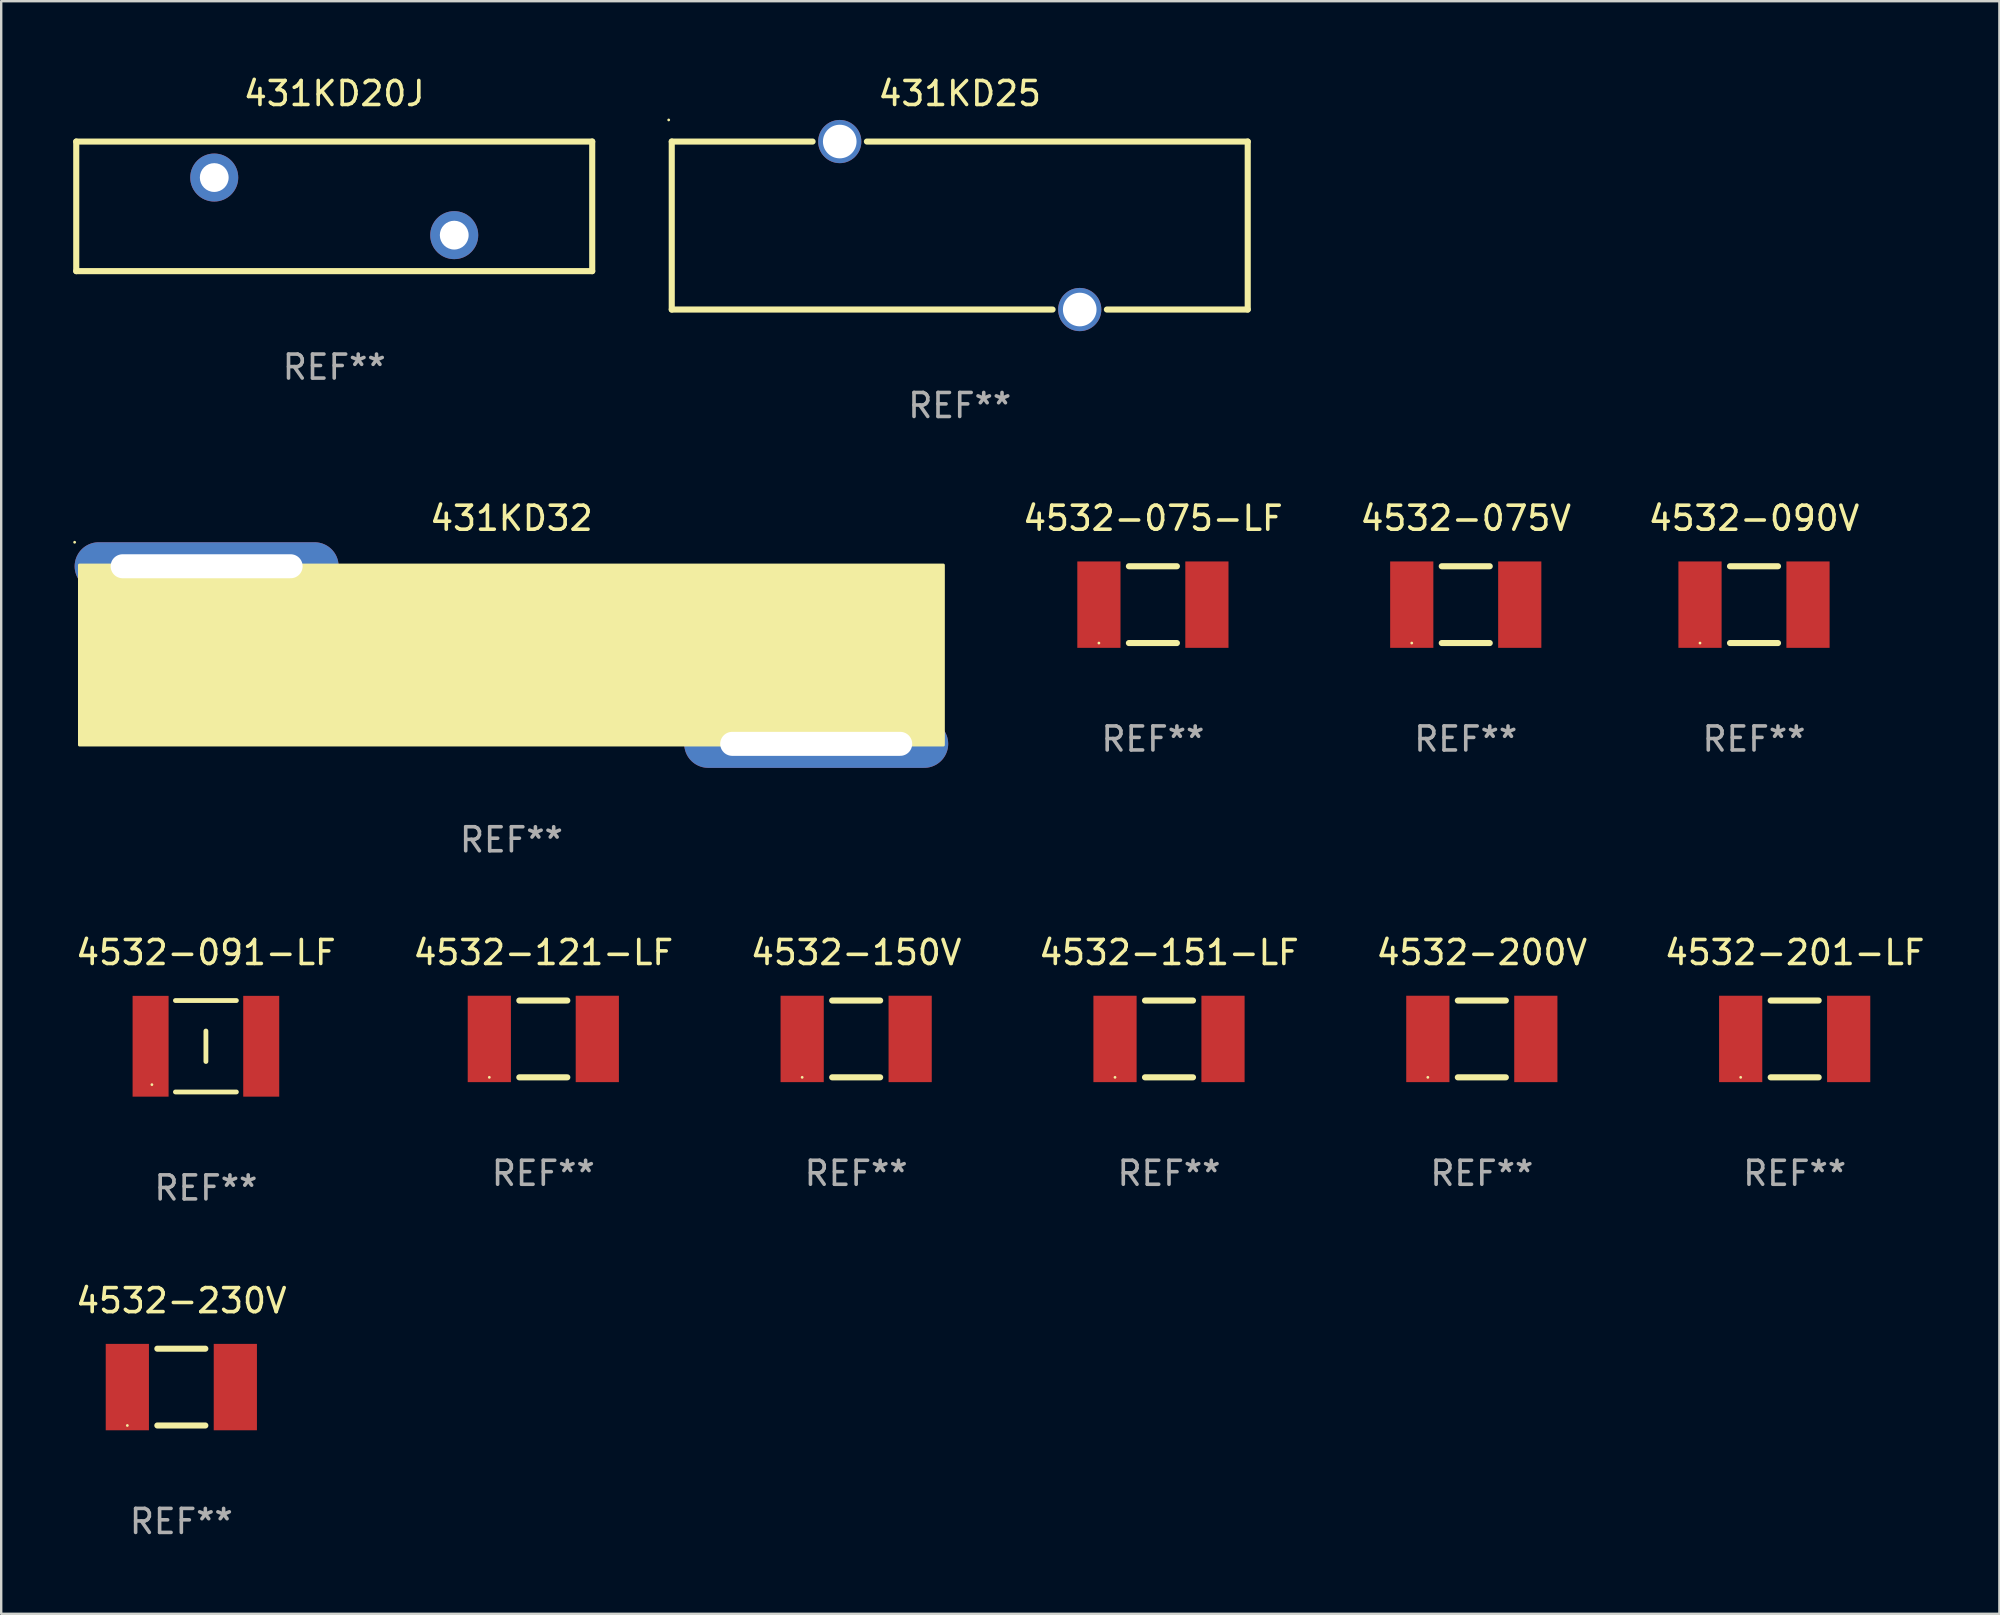
<source format=kicad_pcb>
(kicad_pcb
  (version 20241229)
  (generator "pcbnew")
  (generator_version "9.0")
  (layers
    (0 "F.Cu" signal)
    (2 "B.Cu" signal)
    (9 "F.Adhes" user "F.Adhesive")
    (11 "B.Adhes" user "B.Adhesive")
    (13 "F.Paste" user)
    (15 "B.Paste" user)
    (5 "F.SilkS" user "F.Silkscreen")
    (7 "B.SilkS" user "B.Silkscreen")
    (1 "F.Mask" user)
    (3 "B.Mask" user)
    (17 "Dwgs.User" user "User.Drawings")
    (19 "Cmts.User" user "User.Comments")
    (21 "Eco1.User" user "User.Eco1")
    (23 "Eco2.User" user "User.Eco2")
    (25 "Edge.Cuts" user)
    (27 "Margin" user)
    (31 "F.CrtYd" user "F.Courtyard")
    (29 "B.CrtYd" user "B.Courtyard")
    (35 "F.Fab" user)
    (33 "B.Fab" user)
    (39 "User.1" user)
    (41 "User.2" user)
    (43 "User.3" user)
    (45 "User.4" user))
  (footprint "4532-075-LF"
    (layer "F.Cu")
    (at 44.99 22.145)
    (property "Reference" "4532-075-LF" (at 0 -3.6 0) (layer "F.SilkS") (effects (font (size 1 1) (thickness 0.15))))
    (attr through_hole)
    (fp_line (start -1 -1.6) (end 1 -1.6) (stroke (width 0.254) (type solid)) (layer "F.SilkS"))
    (fp_line (start 1 1.6) (end -1 1.6) (stroke (width 0.254) (type solid)) (layer "F.SilkS"))
    (fp_circle (center -2.25 1.6) (end -2.22 1.6) (stroke (width 0.06) (type solid)) (fill no) (layer "F.SilkS"))
    (fp_text user "REF**" (at 0 5.6 0) (layer "F.Fab") (effects (font (size 1 1) (thickness 0.15))))
    (pad "1" smd rect (at -2.25 0) (size 1.8 3.6) (layers "F.Cu" "F.Mask" "F.Paste"))
    (pad "2" smd rect (at 2.25 0) (size 1.8 3.6) (layers "F.Cu" "F.Mask" "F.Paste")))
  (footprint "4532-075V"
    (layer "F.Cu")
    (at 58.026 22.145)
    (property "Reference" "4532-075V" (at 0 -3.6 0) (layer "F.SilkS") (effects (font (size 1 1) (thickness 0.15))))
    (attr through_hole)
    (fp_line (start -1 -1.6) (end 1 -1.6) (stroke (width 0.254) (type solid)) (layer "F.SilkS"))
    (fp_line (start 1 1.6) (end -1 1.6) (stroke (width 0.254) (type solid)) (layer "F.SilkS"))
    (fp_circle (center -2.25 1.6) (end -2.22 1.6) (stroke (width 0.06) (type solid)) (fill no) (layer "F.SilkS"))
    (fp_text user "REF**" (at 0 5.6 0) (layer "F.Fab") (effects (font (size 1 1) (thickness 0.15))))
    (pad "1" smd rect (at -2.25 0) (size 1.8 3.6) (layers "F.Cu" "F.Mask" "F.Paste"))
    (pad "2" smd rect (at 2.25 0) (size 1.8 3.6) (layers "F.Cu" "F.Mask" "F.Paste")))
  (footprint "4532-150V"
    (layer "F.Cu")
    (at 32.625 40.241)
    (property "Reference" "4532-150V" (at 0 -3.6 0) (layer "F.SilkS") (effects (font (size 1 1) (thickness 0.15))))
    (attr through_hole)
    (fp_line (start -1 -1.6) (end 1 -1.6) (stroke (width 0.254) (type solid)) (layer "F.SilkS"))
    (fp_line (start 1 1.6) (end -1 1.6) (stroke (width 0.254) (type solid)) (layer "F.SilkS"))
    (fp_circle (center -2.25 1.6) (end -2.22 1.6) (stroke (width 0.06) (type solid)) (fill no) (layer "F.SilkS"))
    (fp_text user "REF**" (at 0 5.6 0) (layer "F.Fab") (effects (font (size 1 1) (thickness 0.15))))
    (pad "1" smd rect (at -2.25 0) (size 1.8 3.6) (layers "F.Cu" "F.Mask" "F.Paste"))
    (pad "2" smd rect (at 2.25 0) (size 1.8 3.6) (layers "F.Cu" "F.Mask" "F.Paste")))
  (footprint "4532-121-LF"
    (layer "F.Cu")
    (at 19.589 40.241)
    (property "Reference" "4532-121-LF" (at 0 -3.6 0) (layer "F.SilkS") (effects (font (size 1 1) (thickness 0.15))))
    (attr through_hole)
    (fp_line (start -1 -1.6) (end 1 -1.6) (stroke (width 0.254) (type solid)) (layer "F.SilkS"))
    (fp_line (start 1 1.6) (end -1 1.6) (stroke (width 0.254) (type solid)) (layer "F.SilkS"))
    (fp_circle (center -2.25 1.6) (end -2.22 1.6) (stroke (width 0.06) (type solid)) (fill no) (layer "F.SilkS"))
    (fp_text user "REF**" (at 0 5.6 0) (layer "F.Fab") (effects (font (size 1 1) (thickness 0.15))))
    (pad "1" smd rect (at -2.25 0) (size 1.8 3.6) (layers "F.Cu" "F.Mask" "F.Paste"))
    (pad "2" smd rect (at 2.25 0) (size 1.8 3.6) (layers "F.Cu" "F.Mask" "F.Paste")))
  (footprint "431KD32"
    (layer "F.Cu")
    (at 18.26 24.245)
    (property "Reference" "431KD32" (at 0 -5.7 0) (layer "F.SilkS") (effects (font (size 1 1) (thickness 0.15))))
    (attr through_hole)
    (fp_circle (center -18.2 -4.7) (end -18.17 -4.7) (stroke (width 0.06) (type solid)) (fill no) (layer "F.SilkS"))
    (fp_poly (pts (xy -18 -3.75) (xy 18 -3.75) (xy 18 3.75) (xy -18 3.75)) (stroke (width 0.12) (type solid)) (fill yes) (layer "F.SilkS"))
    (fp_text user "REF**" (at 0 7.7 0) (layer "F.Fab") (effects (font (size 1 1) (thickness 0.15))))
    (pad "1" thru_hole oval (at -12.7 -3.7) (size 11 2) (drill oval 8 1) (layers "*.Cu" "*.Mask"))
    (pad "2" thru_hole oval (at 12.7 3.7) (size 11 2) (drill oval 8 1) (layers "*.Cu" "*.Mask")))
  (footprint "4532-201-LF"
    (layer "F.Cu")
    (at 71.732 40.241)
    (property "Reference" "4532-201-LF" (at 0 -3.6 0) (layer "F.SilkS") (effects (font (size 1 1) (thickness 0.15))))
    (attr through_hole)
    (fp_line (start -1 -1.6) (end 1 -1.6) (stroke (width 0.254) (type solid)) (layer "F.SilkS"))
    (fp_line (start 1 1.6) (end -1 1.6) (stroke (width 0.254) (type solid)) (layer "F.SilkS"))
    (fp_circle (center -2.25 1.6) (end -2.22 1.6) (stroke (width 0.06) (type solid)) (fill no) (layer "F.SilkS"))
    (fp_text user "REF**" (at 0 5.6 0) (layer "F.Fab") (effects (font (size 1 1) (thickness 0.15))))
    (pad "1" smd rect (at -2.25 0) (size 1.8 3.6) (layers "F.Cu" "F.Mask" "F.Paste"))
    (pad "2" smd rect (at 2.25 0) (size 1.8 3.6) (layers "F.Cu" "F.Mask" "F.Paste")))
  (footprint "431KD25"
    (layer "F.Cu")
    (at 36.941 6.348)
    (property "Reference" "431KD25" (at 0 -5.5 0) (layer "F.SilkS") (effects (font (size 1 1) (thickness 0.15))))
    (attr through_hole)
    (fp_line (start -12 -3.5) (end -6.131 -3.5) (stroke (width 0.254) (type solid)) (layer "F.SilkS"))
    (fp_line (start -12 3.5) (end -12 -3.5) (stroke (width 0.254) (type solid)) (layer "F.SilkS"))
    (fp_line (start -3.869 -3.5) (end 12 -3.5) (stroke (width 0.254) (type solid)) (layer "F.SilkS"))
    (fp_line (start 3.869 3.5) (end -12 3.5) (stroke (width 0.254) (type solid)) (layer "F.SilkS"))
    (fp_line (start 12 -3.5) (end 12 3.5) (stroke (width 0.254) (type solid)) (layer "F.SilkS"))
    (fp_line (start 12 3.5) (end 6.131 3.5) (stroke (width 0.254) (type solid)) (layer "F.SilkS"))
    (fp_circle (center -12.127 -4.4) (end -12.097 -4.4) (stroke (width 0.06) (type solid)) (fill no) (layer "F.SilkS"))
    (fp_text user "REF**" (at 0 7.5 0) (layer "F.Fab") (effects (font (size 1 1) (thickness 0.15))))
    (pad "1" thru_hole circle (at -5 -3.5) (size 1.8 1.8) (drill 1.4) (layers "*.Cu" "*.Mask"))
    (pad "2" thru_hole circle (at 5 3.5) (size 1.8 1.8) (drill 1.4) (layers "*.Cu" "*.Mask")))
  (footprint "431KD20J"
    (layer "F.Cu")
    (at 10.877 5.548)
    (property "Reference" "431KD20J" (at 0 -4.7 0) (layer "F.SilkS") (effects (font (size 1 1) (thickness 0.15))))
    (attr through_hole)
    (fp_line (start -10.75 -2.7) (end 10.75 -2.7) (stroke (width 0.254) (type solid)) (layer "F.SilkS"))
    (fp_line (start -10.75 2.7) (end -10.75 -2.7) (stroke (width 0.254) (type solid)) (layer "F.SilkS"))
    (fp_line (start 10.75 -2.7) (end 10.75 2.7) (stroke (width 0.254) (type solid)) (layer "F.SilkS"))
    (fp_line (start 10.75 2.7) (end -10.75 2.7) (stroke (width 0.254) (type solid)) (layer "F.SilkS"))
    (fp_circle (center -10.75 -2.7) (end -10.72 -2.7) (stroke (width 0.06) (type solid)) (fill no) (layer "F.SilkS"))
    (fp_text user "REF**" (at 0 6.7 0) (layer "F.Fab") (effects (font (size 1 1) (thickness 0.15))))
    (pad "1" thru_hole circle (at -5 -1.2) (size 2 2) (drill 1.2) (layers "*.Cu" "*.Mask"))
    (pad "2" thru_hole circle (at 5 1.2) (size 2 2) (drill 1.2) (layers "*.Cu" "*.Mask")))
  (footprint "4532-091-LF"
    (layer "F.Cu")
    (at 5.53 40.546)
    (property "Reference" "4532-091-LF" (at 0 -3.905 0) (layer "F.SilkS") (effects (font (size 1 1) (thickness 0.15))))
    (attr through_hole)
    (fp_line (start -1.27 -1.905) (end 1.27 -1.905) (stroke (width 0.2) (type solid)) (layer "F.SilkS"))
    (fp_line (start -1.27 1.905) (end 1.27 1.905) (stroke (width 0.2) (type solid)) (layer "F.SilkS"))
    (fp_line (start 0.000051 -0.635) (end 0.000051 0.635) (stroke (width 0.2) (type solid)) (layer "F.SilkS"))
    (fp_circle (center -2.25 1.6) (end -2.22 1.6) (stroke (width 0.06) (type solid)) (fill no) (layer "F.SilkS"))
    (fp_text user "REF**" (at 0 5.905 0) (layer "F.Fab") (effects (font (size 1 1) (thickness 0.15))))
    (pad "1" smd rect (at -2.305 0) (size 1.5 4.2) (layers "F.Cu" "F.Mask" "F.Paste"))
    (pad "2" smd rect (at 2.305 0) (size 1.5 4.2) (layers "F.Cu" "F.Mask" "F.Paste")))
  (footprint "4532-151-LF"
    (layer "F.Cu")
    (at 45.661 40.241)
    (property "Reference" "4532-151-LF" (at 0 -3.6 0) (layer "F.SilkS") (effects (font (size 1 1) (thickness 0.15))))
    (attr through_hole)
    (fp_line (start -1 -1.6) (end 1 -1.6) (stroke (width 0.254) (type solid)) (layer "F.SilkS"))
    (fp_line (start 1 1.6) (end -1 1.6) (stroke (width 0.254) (type solid)) (layer "F.SilkS"))
    (fp_circle (center -2.25 1.6) (end -2.22 1.6) (stroke (width 0.06) (type solid)) (fill no) (layer "F.SilkS"))
    (fp_text user "REF**" (at 0 5.6 0) (layer "F.Fab") (effects (font (size 1 1) (thickness 0.15))))
    (pad "1" smd rect (at -2.25 0) (size 1.8 3.6) (layers "F.Cu" "F.Mask" "F.Paste"))
    (pad "2" smd rect (at 2.25 0) (size 1.8 3.6) (layers "F.Cu" "F.Mask" "F.Paste")))
  (footprint "4532-090V"
    (layer "F.Cu")
    (at 70.037 22.145)
    (property "Reference" "4532-090V" (at 0 -3.6 0) (layer "F.SilkS") (effects (font (size 1 1) (thickness 0.15))))
    (attr through_hole)
    (fp_line (start -1 -1.6) (end 1 -1.6) (stroke (width 0.254) (type solid)) (layer "F.SilkS"))
    (fp_line (start 1 1.6) (end -1 1.6) (stroke (width 0.254) (type solid)) (layer "F.SilkS"))
    (fp_circle (center -2.25 1.6) (end -2.22 1.6) (stroke (width 0.06) (type solid)) (fill no) (layer "F.SilkS"))
    (fp_text user "REF**" (at 0 5.6 0) (layer "F.Fab") (effects (font (size 1 1) (thickness 0.15))))
    (pad "1" smd rect (at -2.25 0) (size 1.8 3.6) (layers "F.Cu" "F.Mask" "F.Paste"))
    (pad "2" smd rect (at 2.25 0) (size 1.8 3.6) (layers "F.Cu" "F.Mask" "F.Paste")))
  (footprint "4532-200V"
    (layer "F.Cu")
    (at 58.696 40.241)
    (property "Reference" "4532-200V" (at 0 -3.6 0) (layer "F.SilkS") (effects (font (size 1 1) (thickness 0.15))))
    (attr through_hole)
    (fp_line (start -1 -1.6) (end 1 -1.6) (stroke (width 0.254) (type solid)) (layer "F.SilkS"))
    (fp_line (start 1 1.6) (end -1 1.6) (stroke (width 0.254) (type solid)) (layer "F.SilkS"))
    (fp_circle (center -2.25 1.6) (end -2.22 1.6) (stroke (width 0.06) (type solid)) (fill no) (layer "F.SilkS"))
    (fp_text user "REF**" (at 0 5.6 0) (layer "F.Fab") (effects (font (size 1 1) (thickness 0.15))))
    (pad "1" smd rect (at -2.25 0) (size 1.8 3.6) (layers "F.Cu" "F.Mask" "F.Paste"))
    (pad "2" smd rect (at 2.25 0) (size 1.8 3.6) (layers "F.Cu" "F.Mask" "F.Paste")))
  (footprint "4532-230V"
    (layer "F.Cu")
    (at 4.506 54.748)
    (property "Reference" "4532-230V" (at 0 -3.6 0) (layer "F.SilkS") (effects (font (size 1 1) (thickness 0.15))))
    (attr through_hole)
    (fp_line (start -1 -1.6) (end 1 -1.6) (stroke (width 0.254) (type solid)) (layer "F.SilkS"))
    (fp_line (start 1 1.6) (end -1 1.6) (stroke (width 0.254) (type solid)) (layer "F.SilkS"))
    (fp_circle (center -2.25 1.6) (end -2.22 1.6) (stroke (width 0.06) (type solid)) (fill no) (layer "F.SilkS"))
    (fp_text user "REF**" (at 0 5.6 0) (layer "F.Fab") (effects (font (size 1 1) (thickness 0.15))))
    (pad "1" smd rect (at -2.25 0) (size 1.8 3.6) (layers "F.Cu" "F.Mask" "F.Paste"))
    (pad "2" smd rect (at 2.25 0) (size 1.8 3.6) (layers "F.Cu" "F.Mask" "F.Paste")))
  (gr_rect
    (start -3 -3)
    (end 80.262 64.196)
    (stroke (width 0.1) (type default))
    (fill no)
    (layer "Edge.Cuts")))
</source>
